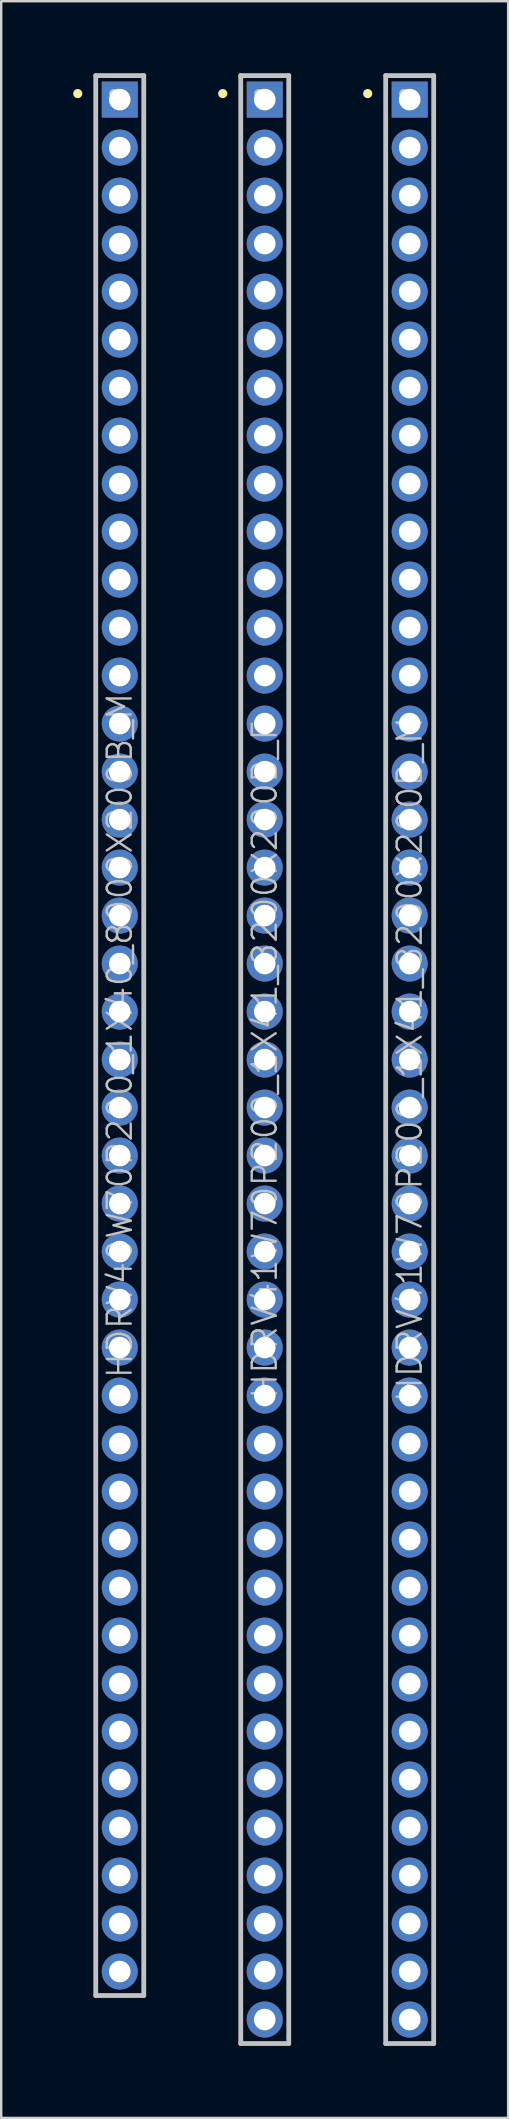
<source format=kicad_pcb>
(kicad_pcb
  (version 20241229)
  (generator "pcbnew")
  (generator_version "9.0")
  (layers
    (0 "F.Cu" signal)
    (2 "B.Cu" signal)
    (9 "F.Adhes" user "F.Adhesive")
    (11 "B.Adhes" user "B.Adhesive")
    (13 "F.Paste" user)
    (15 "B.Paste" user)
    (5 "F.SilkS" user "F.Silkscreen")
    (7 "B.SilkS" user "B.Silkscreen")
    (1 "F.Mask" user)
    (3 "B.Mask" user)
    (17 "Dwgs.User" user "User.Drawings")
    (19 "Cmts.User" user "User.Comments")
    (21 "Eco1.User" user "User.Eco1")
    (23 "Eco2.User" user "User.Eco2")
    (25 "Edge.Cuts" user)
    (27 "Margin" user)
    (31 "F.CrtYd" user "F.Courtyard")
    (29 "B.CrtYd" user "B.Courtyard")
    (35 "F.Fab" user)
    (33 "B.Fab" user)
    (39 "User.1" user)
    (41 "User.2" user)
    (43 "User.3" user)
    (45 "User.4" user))
  (footprint "HDRV41W70P200_1X41_8200X200B_F"
    (layer "F.Cu")
    (at 7.981 41.1)
    (property "Reference" "HDRV41W70P200_1X41_8200X200B_F" (at 0 0 90) (layer "Dwgs.User") (effects (font (size 1 1) (thickness 0.1))))
    (attr through_hole)
    (fp_line (start -1.75 -40.25) (end -1.75 -40.25) (stroke (width 0.381) (type solid)) (layer "F.SilkS"))
    (fp_line (start -1 -41) (end -1 41) (stroke (width 0.2) (type solid)) (layer "Dwgs.User"))
    (fp_line (start -1 -41) (end 1 -41) (stroke (width 0.2) (type solid)) (layer "Dwgs.User"))
    (fp_line (start -1 41) (end 1 41) (stroke (width 0.2) (type solid)) (layer "Dwgs.User"))
    (fp_line (start -0.25 -40.25) (end -0.25 -40.25) (stroke (width 0.381) (type solid)) (layer "Dwgs.User"))
    (fp_line (start 1 -41) (end 1 41) (stroke (width 0.2) (type solid)) (layer "Dwgs.User"))
    (pad "1" thru_hole rect (at 0 -40) (size 1.5 1.5) (drill 0.9) (layers "*.Cu" "*.Mask"))
    (pad "2" thru_hole circle (at 0 -38 270) (size 1.5 1.5) (drill 0.9) (layers "*.Cu" "*.Mask"))
    (pad "3" thru_hole circle (at 0 -36 270) (size 1.5 1.5) (drill 0.9) (layers "*.Cu" "*.Mask"))
    (pad "4" thru_hole circle (at 0 -34 270) (size 1.5 1.5) (drill 0.9) (layers "*.Cu" "*.Mask"))
    (pad "5" thru_hole circle (at 0 -32 270) (size 1.5 1.5) (drill 0.9) (layers "*.Cu" "*.Mask"))
    (pad "6" thru_hole circle (at 0 -30 270) (size 1.5 1.5) (drill 0.9) (layers "*.Cu" "*.Mask"))
    (pad "7" thru_hole circle (at 0 -28 270) (size 1.5 1.5) (drill 0.9) (layers "*.Cu" "*.Mask"))
    (pad "8" thru_hole circle (at 0 -26 270) (size 1.5 1.5) (drill 0.9) (layers "*.Cu" "*.Mask"))
    (pad "9" thru_hole circle (at 0 -24 270) (size 1.5 1.5) (drill 0.9) (layers "*.Cu" "*.Mask"))
    (pad "10" thru_hole circle (at 0 -22 270) (size 1.5 1.5) (drill 0.9) (layers "*.Cu" "*.Mask"))
    (pad "11" thru_hole circle (at 0 -20 270) (size 1.5 1.5) (drill 0.9) (layers "*.Cu" "*.Mask"))
    (pad "12" thru_hole circle (at 0 -18 270) (size 1.5 1.5) (drill 0.9) (layers "*.Cu" "*.Mask"))
    (pad "13" thru_hole circle (at 0 -16 270) (size 1.5 1.5) (drill 0.9) (layers "*.Cu" "*.Mask"))
    (pad "14" thru_hole circle (at 0 -14 270) (size 1.5 1.5) (drill 0.9) (layers "*.Cu" "*.Mask"))
    (pad "15" thru_hole circle (at 0 -12 270) (size 1.5 1.5) (drill 0.9) (layers "*.Cu" "*.Mask"))
    (pad "16" thru_hole circle (at 0 -10 270) (size 1.5 1.5) (drill 0.9) (layers "*.Cu" "*.Mask"))
    (pad "17" thru_hole circle (at 0 -8 270) (size 1.5 1.5) (drill 0.9) (layers "*.Cu" "*.Mask"))
    (pad "18" thru_hole circle (at 0 -6 270) (size 1.5 1.5) (drill 0.9) (layers "*.Cu" "*.Mask"))
    (pad "19" thru_hole circle (at 0 -4 270) (size 1.5 1.5) (drill 0.9) (layers "*.Cu" "*.Mask"))
    (pad "20" thru_hole circle (at 0 -2 270) (size 1.5 1.5) (drill 0.9) (layers "*.Cu" "*.Mask"))
    (pad "21" thru_hole circle (at 0 0 270) (size 1.5 1.5) (drill 0.9) (layers "*.Cu" "*.Mask"))
    (pad "22" thru_hole circle (at 0 2 270) (size 1.5 1.5) (drill 0.9) (layers "*.Cu" "*.Mask"))
    (pad "23" thru_hole circle (at 0 4 270) (size 1.5 1.5) (drill 0.9) (layers "*.Cu" "*.Mask"))
    (pad "24" thru_hole circle (at 0 6 270) (size 1.5 1.5) (drill 0.9) (layers "*.Cu" "*.Mask"))
    (pad "25" thru_hole circle (at 0 8 270) (size 1.5 1.5) (drill 0.9) (layers "*.Cu" "*.Mask"))
    (pad "26" thru_hole circle (at 0 10 270) (size 1.5 1.5) (drill 0.9) (layers "*.Cu" "*.Mask"))
    (pad "27" thru_hole circle (at 0 12 270) (size 1.5 1.5) (drill 0.9) (layers "*.Cu" "*.Mask"))
    (pad "28" thru_hole circle (at 0 14 270) (size 1.5 1.5) (drill 0.9) (layers "*.Cu" "*.Mask"))
    (pad "29" thru_hole circle (at 0 16 270) (size 1.5 1.5) (drill 0.9) (layers "*.Cu" "*.Mask"))
    (pad "30" thru_hole circle (at 0 18 270) (size 1.5 1.5) (drill 0.9) (layers "*.Cu" "*.Mask"))
    (pad "31" thru_hole circle (at 0 20 270) (size 1.5 1.5) (drill 0.9) (layers "*.Cu" "*.Mask"))
    (pad "32" thru_hole circle (at 0 22 270) (size 1.5 1.5) (drill 0.9) (layers "*.Cu" "*.Mask"))
    (pad "33" thru_hole circle (at 0 24 270) (size 1.5 1.5) (drill 0.9) (layers "*.Cu" "*.Mask"))
    (pad "34" thru_hole circle (at 0 26 270) (size 1.5 1.5) (drill 0.9) (layers "*.Cu" "*.Mask"))
    (pad "35" thru_hole circle (at 0 28 270) (size 1.5 1.5) (drill 0.9) (layers "*.Cu" "*.Mask"))
    (pad "36" thru_hole circle (at 0 30 270) (size 1.5 1.5) (drill 0.9) (layers "*.Cu" "*.Mask"))
    (pad "37" thru_hole circle (at 0 32 270) (size 1.5 1.5) (drill 0.9) (layers "*.Cu" "*.Mask"))
    (pad "38" thru_hole circle (at 0 34 270) (size 1.5 1.5) (drill 0.9) (layers "*.Cu" "*.Mask"))
    (pad "39" thru_hole circle (at 0 36 270) (size 1.5 1.5) (drill 0.9) (layers "*.Cu" "*.Mask"))
    (pad "40" thru_hole circle (at 0 38 270) (size 1.5 1.5) (drill 0.9) (layers "*.Cu" "*.Mask"))
    (pad "41" thru_hole circle (at 0 40 270) (size 1.5 1.5) (drill 0.9) (layers "*.Cu" "*.Mask")))
  (footprint "HDRV40W70P200_1X40_8000X200B_M"
    (layer "F.Cu")
    (at 1.94 40.1)
    (property "Reference" "HDRV40W70P200_1X40_8000X200B_M" (at 0 0 90) (layer "Dwgs.User") (effects (font (size 1 1) (thickness 0.1))))
    (attr through_hole)
    (fp_line (start -1.75 -39.25) (end -1.75 -39.25) (stroke (width 0.381) (type solid)) (layer "F.SilkS"))
    (fp_line (start -1 -40) (end -1 40) (stroke (width 0.2) (type solid)) (layer "Dwgs.User"))
    (fp_line (start -1 -40) (end 1 -40) (stroke (width 0.2) (type solid)) (layer "Dwgs.User"))
    (fp_line (start -1 40) (end 1 40) (stroke (width 0.2) (type solid)) (layer "Dwgs.User"))
    (fp_line (start -0.25 -39.25) (end -0.25 -39.25) (stroke (width 0.381) (type solid)) (layer "Dwgs.User"))
    (fp_line (start 1 -40) (end 1 40) (stroke (width 0.2) (type solid)) (layer "Dwgs.User"))
    (pad "1" thru_hole rect (at 0 -39) (size 1.5 1.5) (drill 0.9) (layers "*.Cu" "*.Mask"))
    (pad "2" thru_hole circle (at 0 -37 270) (size 1.5 1.5) (drill 0.9) (layers "*.Cu" "*.Mask"))
    (pad "3" thru_hole circle (at 0 -35 270) (size 1.5 1.5) (drill 0.9) (layers "*.Cu" "*.Mask"))
    (pad "4" thru_hole circle (at 0 -33 270) (size 1.5 1.5) (drill 0.9) (layers "*.Cu" "*.Mask"))
    (pad "5" thru_hole circle (at 0 -31 270) (size 1.5 1.5) (drill 0.9) (layers "*.Cu" "*.Mask"))
    (pad "6" thru_hole circle (at 0 -29 270) (size 1.5 1.5) (drill 0.9) (layers "*.Cu" "*.Mask"))
    (pad "7" thru_hole circle (at 0 -27 270) (size 1.5 1.5) (drill 0.9) (layers "*.Cu" "*.Mask"))
    (pad "8" thru_hole circle (at 0 -25 270) (size 1.5 1.5) (drill 0.9) (layers "*.Cu" "*.Mask"))
    (pad "9" thru_hole circle (at 0 -23 270) (size 1.5 1.5) (drill 0.9) (layers "*.Cu" "*.Mask"))
    (pad "10" thru_hole circle (at 0 -21 270) (size 1.5 1.5) (drill 0.9) (layers "*.Cu" "*.Mask"))
    (pad "11" thru_hole circle (at 0 -19 270) (size 1.5 1.5) (drill 0.9) (layers "*.Cu" "*.Mask"))
    (pad "12" thru_hole circle (at 0 -17 270) (size 1.5 1.5) (drill 0.9) (layers "*.Cu" "*.Mask"))
    (pad "13" thru_hole circle (at 0 -15 270) (size 1.5 1.5) (drill 0.9) (layers "*.Cu" "*.Mask"))
    (pad "14" thru_hole circle (at 0 -13 270) (size 1.5 1.5) (drill 0.9) (layers "*.Cu" "*.Mask"))
    (pad "15" thru_hole circle (at 0 -11 270) (size 1.5 1.5) (drill 0.9) (layers "*.Cu" "*.Mask"))
    (pad "16" thru_hole circle (at 0 -9 270) (size 1.5 1.5) (drill 0.9) (layers "*.Cu" "*.Mask"))
    (pad "17" thru_hole circle (at 0 -7 270) (size 1.5 1.5) (drill 0.9) (layers "*.Cu" "*.Mask"))
    (pad "18" thru_hole circle (at 0 -5 270) (size 1.5 1.5) (drill 0.9) (layers "*.Cu" "*.Mask"))
    (pad "19" thru_hole circle (at 0 -3 270) (size 1.5 1.5) (drill 0.9) (layers "*.Cu" "*.Mask"))
    (pad "20" thru_hole circle (at 0 -1 270) (size 1.5 1.5) (drill 0.9) (layers "*.Cu" "*.Mask"))
    (pad "21" thru_hole circle (at 0 1 270) (size 1.5 1.5) (drill 0.9) (layers "*.Cu" "*.Mask"))
    (pad "22" thru_hole circle (at 0 3 270) (size 1.5 1.5) (drill 0.9) (layers "*.Cu" "*.Mask"))
    (pad "23" thru_hole circle (at 0 5 270) (size 1.5 1.5) (drill 0.9) (layers "*.Cu" "*.Mask"))
    (pad "24" thru_hole circle (at 0 7 270) (size 1.5 1.5) (drill 0.9) (layers "*.Cu" "*.Mask"))
    (pad "25" thru_hole circle (at 0 9 270) (size 1.5 1.5) (drill 0.9) (layers "*.Cu" "*.Mask"))
    (pad "26" thru_hole circle (at 0 11 270) (size 1.5 1.5) (drill 0.9) (layers "*.Cu" "*.Mask"))
    (pad "27" thru_hole circle (at 0 13 270) (size 1.5 1.5) (drill 0.9) (layers "*.Cu" "*.Mask"))
    (pad "28" thru_hole circle (at 0 15 270) (size 1.5 1.5) (drill 0.9) (layers "*.Cu" "*.Mask"))
    (pad "29" thru_hole circle (at 0 17 270) (size 1.5 1.5) (drill 0.9) (layers "*.Cu" "*.Mask"))
    (pad "30" thru_hole circle (at 0 19 270) (size 1.5 1.5) (drill 0.9) (layers "*.Cu" "*.Mask"))
    (pad "31" thru_hole circle (at 0 21 270) (size 1.5 1.5) (drill 0.9) (layers "*.Cu" "*.Mask"))
    (pad "32" thru_hole circle (at 0 23 270) (size 1.5 1.5) (drill 0.9) (layers "*.Cu" "*.Mask"))
    (pad "33" thru_hole circle (at 0 25 270) (size 1.5 1.5) (drill 0.9) (layers "*.Cu" "*.Mask"))
    (pad "34" thru_hole circle (at 0 27 270) (size 1.5 1.5) (drill 0.9) (layers "*.Cu" "*.Mask"))
    (pad "35" thru_hole circle (at 0 29 270) (size 1.5 1.5) (drill 0.9) (layers "*.Cu" "*.Mask"))
    (pad "36" thru_hole circle (at 0 31 270) (size 1.5 1.5) (drill 0.9) (layers "*.Cu" "*.Mask"))
    (pad "37" thru_hole circle (at 0 33 270) (size 1.5 1.5) (drill 0.9) (layers "*.Cu" "*.Mask"))
    (pad "38" thru_hole circle (at 0 35 270) (size 1.5 1.5) (drill 0.9) (layers "*.Cu" "*.Mask"))
    (pad "39" thru_hole circle (at 0 37 270) (size 1.5 1.5) (drill 0.9) (layers "*.Cu" "*.Mask"))
    (pad "40" thru_hole circle (at 0 39 270) (size 1.5 1.5) (drill 0.9) (layers "*.Cu" "*.Mask")))
  (footprint "HDRV41W70P200_1X41_8200X200B_M"
    (layer "F.Cu")
    (at 14.021 41.1)
    (property "Reference" "HDRV41W70P200_1X41_8200X200B_M" (at 0 0 90) (layer "Dwgs.User") (effects (font (size 1 1) (thickness 0.1))))
    (attr through_hole)
    (fp_line (start -1.75 -40.25) (end -1.75 -40.25) (stroke (width 0.381) (type solid)) (layer "F.SilkS"))
    (fp_line (start -1 -41) (end -1 41) (stroke (width 0.2) (type solid)) (layer "Dwgs.User"))
    (fp_line (start -1 -41) (end 1 -41) (stroke (width 0.2) (type solid)) (layer "Dwgs.User"))
    (fp_line (start -1 41) (end 1 41) (stroke (width 0.2) (type solid)) (layer "Dwgs.User"))
    (fp_line (start -0.25 -40.25) (end -0.25 -40.25) (stroke (width 0.381) (type solid)) (layer "Dwgs.User"))
    (fp_line (start 1 -41) (end 1 41) (stroke (width 0.2) (type solid)) (layer "Dwgs.User"))
    (pad "1" thru_hole rect (at 0 -40) (size 1.5 1.5) (drill 0.9) (layers "*.Cu" "*.Mask"))
    (pad "2" thru_hole circle (at 0 -38 270) (size 1.5 1.5) (drill 0.9) (layers "*.Cu" "*.Mask"))
    (pad "3" thru_hole circle (at 0 -36 270) (size 1.5 1.5) (drill 0.9) (layers "*.Cu" "*.Mask"))
    (pad "4" thru_hole circle (at 0 -34 270) (size 1.5 1.5) (drill 0.9) (layers "*.Cu" "*.Mask"))
    (pad "5" thru_hole circle (at 0 -32 270) (size 1.5 1.5) (drill 0.9) (layers "*.Cu" "*.Mask"))
    (pad "6" thru_hole circle (at 0 -30 270) (size 1.5 1.5) (drill 0.9) (layers "*.Cu" "*.Mask"))
    (pad "7" thru_hole circle (at 0 -28 270) (size 1.5 1.5) (drill 0.9) (layers "*.Cu" "*.Mask"))
    (pad "8" thru_hole circle (at 0 -26 270) (size 1.5 1.5) (drill 0.9) (layers "*.Cu" "*.Mask"))
    (pad "9" thru_hole circle (at 0 -24 270) (size 1.5 1.5) (drill 0.9) (layers "*.Cu" "*.Mask"))
    (pad "10" thru_hole circle (at 0 -22 270) (size 1.5 1.5) (drill 0.9) (layers "*.Cu" "*.Mask"))
    (pad "11" thru_hole circle (at 0 -20 270) (size 1.5 1.5) (drill 0.9) (layers "*.Cu" "*.Mask"))
    (pad "12" thru_hole circle (at 0 -18 270) (size 1.5 1.5) (drill 0.9) (layers "*.Cu" "*.Mask"))
    (pad "13" thru_hole circle (at 0 -16 270) (size 1.5 1.5) (drill 0.9) (layers "*.Cu" "*.Mask"))
    (pad "14" thru_hole circle (at 0 -14 270) (size 1.5 1.5) (drill 0.9) (layers "*.Cu" "*.Mask"))
    (pad "15" thru_hole circle (at 0 -12 270) (size 1.5 1.5) (drill 0.9) (layers "*.Cu" "*.Mask"))
    (pad "16" thru_hole circle (at 0 -10 270) (size 1.5 1.5) (drill 0.9) (layers "*.Cu" "*.Mask"))
    (pad "17" thru_hole circle (at 0 -8 270) (size 1.5 1.5) (drill 0.9) (layers "*.Cu" "*.Mask"))
    (pad "18" thru_hole circle (at 0 -6 270) (size 1.5 1.5) (drill 0.9) (layers "*.Cu" "*.Mask"))
    (pad "19" thru_hole circle (at 0 -4 270) (size 1.5 1.5) (drill 0.9) (layers "*.Cu" "*.Mask"))
    (pad "20" thru_hole circle (at 0 -2 270) (size 1.5 1.5) (drill 0.9) (layers "*.Cu" "*.Mask"))
    (pad "21" thru_hole circle (at 0 0 270) (size 1.5 1.5) (drill 0.9) (layers "*.Cu" "*.Mask"))
    (pad "22" thru_hole circle (at 0 2 270) (size 1.5 1.5) (drill 0.9) (layers "*.Cu" "*.Mask"))
    (pad "23" thru_hole circle (at 0 4 270) (size 1.5 1.5) (drill 0.9) (layers "*.Cu" "*.Mask"))
    (pad "24" thru_hole circle (at 0 6 270) (size 1.5 1.5) (drill 0.9) (layers "*.Cu" "*.Mask"))
    (pad "25" thru_hole circle (at 0 8 270) (size 1.5 1.5) (drill 0.9) (layers "*.Cu" "*.Mask"))
    (pad "26" thru_hole circle (at 0 10 270) (size 1.5 1.5) (drill 0.9) (layers "*.Cu" "*.Mask"))
    (pad "27" thru_hole circle (at 0 12 270) (size 1.5 1.5) (drill 0.9) (layers "*.Cu" "*.Mask"))
    (pad "28" thru_hole circle (at 0 14 270) (size 1.5 1.5) (drill 0.9) (layers "*.Cu" "*.Mask"))
    (pad "29" thru_hole circle (at 0 16 270) (size 1.5 1.5) (drill 0.9) (layers "*.Cu" "*.Mask"))
    (pad "30" thru_hole circle (at 0 18 270) (size 1.5 1.5) (drill 0.9) (layers "*.Cu" "*.Mask"))
    (pad "31" thru_hole circle (at 0 20 270) (size 1.5 1.5) (drill 0.9) (layers "*.Cu" "*.Mask"))
    (pad "32" thru_hole circle (at 0 22 270) (size 1.5 1.5) (drill 0.9) (layers "*.Cu" "*.Mask"))
    (pad "33" thru_hole circle (at 0 24 270) (size 1.5 1.5) (drill 0.9) (layers "*.Cu" "*.Mask"))
    (pad "34" thru_hole circle (at 0 26 270) (size 1.5 1.5) (drill 0.9) (layers "*.Cu" "*.Mask"))
    (pad "35" thru_hole circle (at 0 28 270) (size 1.5 1.5) (drill 0.9) (layers "*.Cu" "*.Mask"))
    (pad "36" thru_hole circle (at 0 30 270) (size 1.5 1.5) (drill 0.9) (layers "*.Cu" "*.Mask"))
    (pad "37" thru_hole circle (at 0 32 270) (size 1.5 1.5) (drill 0.9) (layers "*.Cu" "*.Mask"))
    (pad "38" thru_hole circle (at 0 34 270) (size 1.5 1.5) (drill 0.9) (layers "*.Cu" "*.Mask"))
    (pad "39" thru_hole circle (at 0 36 270) (size 1.5 1.5) (drill 0.9) (layers "*.Cu" "*.Mask"))
    (pad "40" thru_hole circle (at 0 38 270) (size 1.5 1.5) (drill 0.9) (layers "*.Cu" "*.Mask"))
    (pad "41" thru_hole circle (at 0 40 270) (size 1.5 1.5) (drill 0.9) (layers "*.Cu" "*.Mask")))
  (gr_rect
    (start -3 -3)
    (end 18.122 85.2)
    (stroke (width 0.1) (type default))
    (fill no)
    (layer "Edge.Cuts")))
</source>
